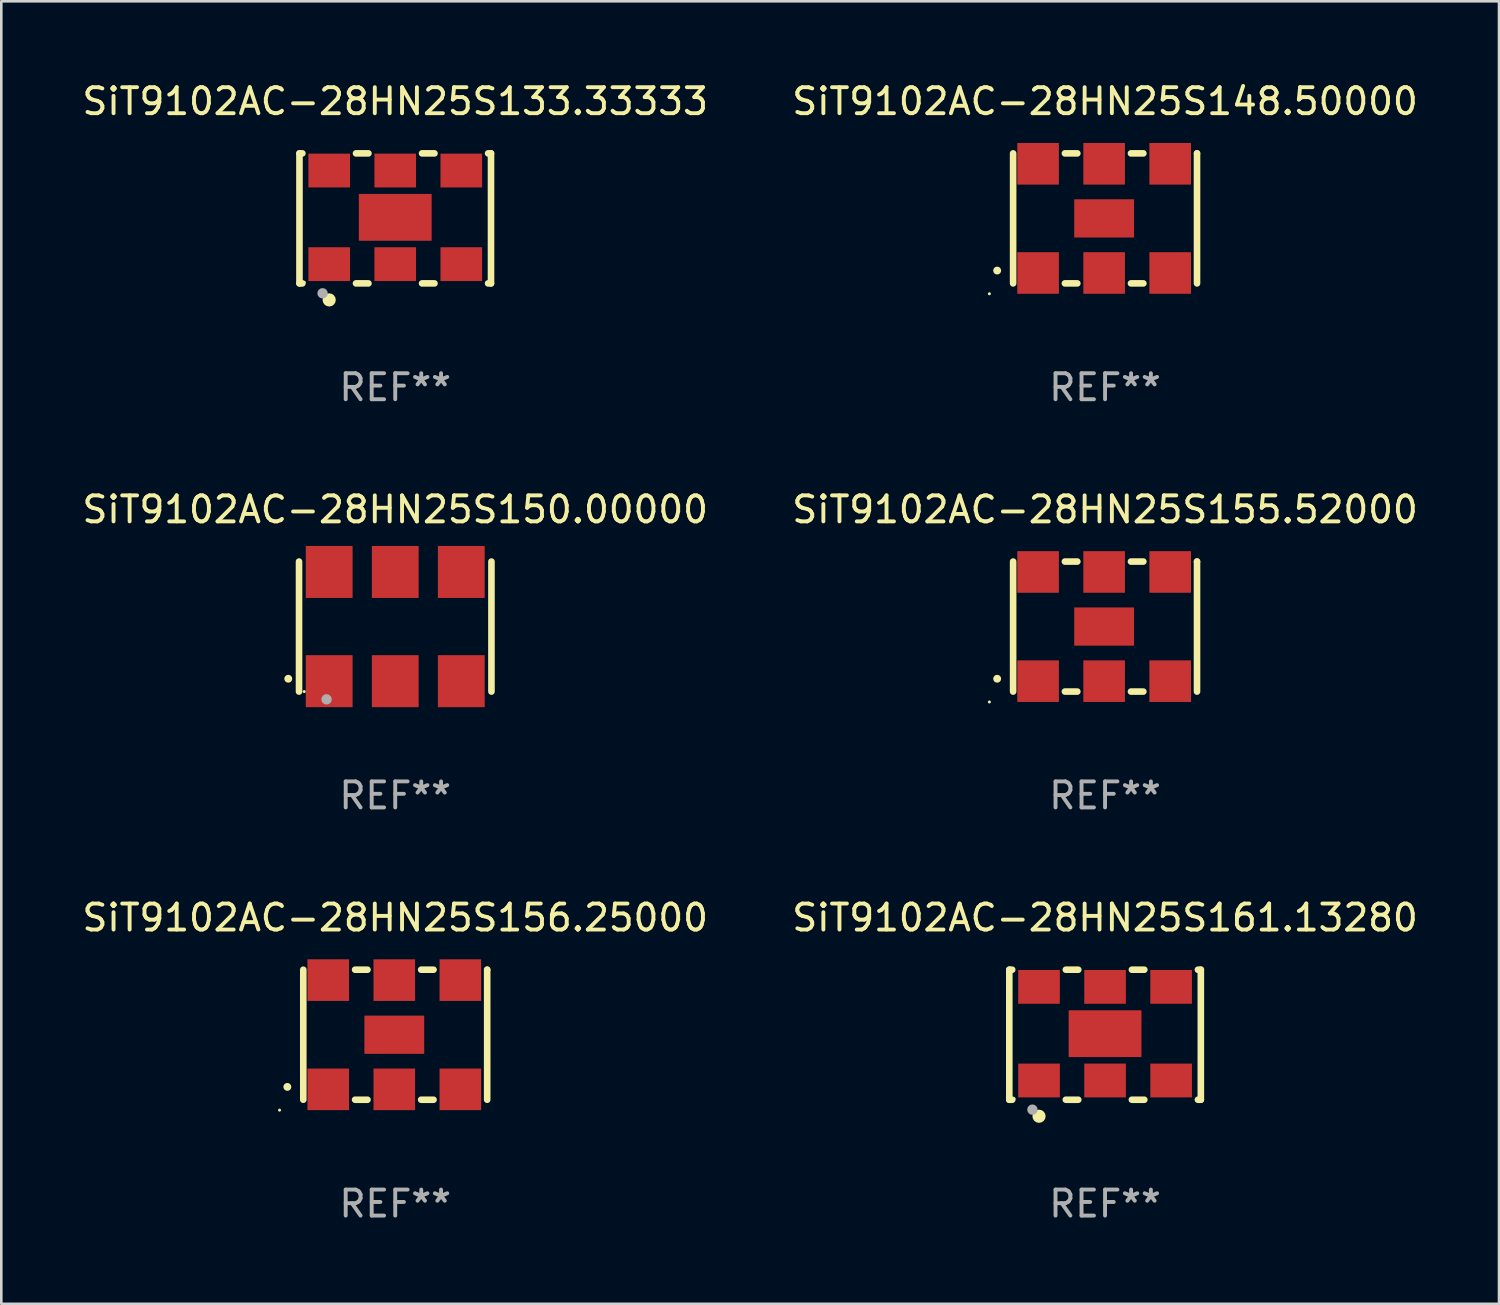
<source format=kicad_pcb>
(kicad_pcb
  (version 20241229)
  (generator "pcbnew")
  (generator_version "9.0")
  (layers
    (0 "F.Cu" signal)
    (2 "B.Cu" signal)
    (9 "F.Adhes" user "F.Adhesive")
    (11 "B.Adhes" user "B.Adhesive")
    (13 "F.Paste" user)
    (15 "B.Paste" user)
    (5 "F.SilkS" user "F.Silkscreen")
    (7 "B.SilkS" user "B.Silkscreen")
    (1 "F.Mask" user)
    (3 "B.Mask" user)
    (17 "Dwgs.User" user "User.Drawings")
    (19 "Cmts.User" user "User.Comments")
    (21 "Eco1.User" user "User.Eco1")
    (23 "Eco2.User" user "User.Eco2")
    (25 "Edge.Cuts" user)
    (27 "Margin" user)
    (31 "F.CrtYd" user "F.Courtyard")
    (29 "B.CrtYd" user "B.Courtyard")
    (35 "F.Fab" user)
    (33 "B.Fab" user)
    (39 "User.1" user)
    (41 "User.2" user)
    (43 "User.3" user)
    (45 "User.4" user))
  (footprint "SiT9102AC-28HN25S156.25000"
    (layer "F.Cu")
    (at 12.149 36.741)
    (property "Reference" "SiT9102AC-28HN25S156.25000" (at 0 -4.5 0) (layer "F.SilkS") (effects (font (size 1 1) (thickness 0.15))))
    (attr through_hole)
    (fp_line (start -3.536 -2.5) (end -3.536 2.5) (stroke (width 0.254) (type solid)) (layer "F.SilkS"))
    (fp_line (start -1.544 2.5) (end -1.067 2.5) (stroke (width 0.254) (type solid)) (layer "F.SilkS"))
    (fp_line (start -1.067 -2.5) (end -1.544 -2.5) (stroke (width 0.254) (type solid)) (layer "F.SilkS"))
    (fp_line (start 0.996 2.5) (end 1.473 2.5) (stroke (width 0.254) (type solid)) (layer "F.SilkS"))
    (fp_line (start 1.473 -2.5) (end 0.996 -2.5) (stroke (width 0.254) (type solid)) (layer "F.SilkS"))
    (fp_line (start 3.536 -2.5) (end 3.536 -2.5) (stroke (width 0.254) (type solid)) (layer "F.SilkS"))
    (fp_line (start 3.536 2.5) (end 3.536 -2.5) (stroke (width 0.254) (type solid)) (layer "F.SilkS"))
    (fp_arc (start -4.150432 2.006604) (mid -4.149162 2.006599) (end -4.147892 2.006604) (stroke (width 0.3) (type solid)) (layer "F.SilkS"))
    (fp_circle (center -4.449 2.9) (end -4.419 2.9) (stroke (width 0.06) (type solid)) (fill no) (layer "F.SilkS"))
    (fp_text user "REF**" (at 0 6.5 0) (layer "F.Fab") (effects (font (size 1 1) (thickness 0.15))))
    (pad "1" smd rect (at -2.576 2.1) (size 1.6 1.6) (layers "F.Cu" "F.Mask" "F.Paste"))
    (pad "2" smd rect (at -0.036 2.1) (size 1.6 1.6) (layers "F.Cu" "F.Mask" "F.Paste"))
    (pad "3" smd rect (at 2.504 2.1) (size 1.6 1.6) (layers "F.Cu" "F.Mask" "F.Paste"))
    (pad "4" smd rect (at 2.504 -2.1) (size 1.6 1.6) (layers "F.Cu" "F.Mask" "F.Paste"))
    (pad "5" smd rect (at -0.036 -2.1) (size 1.6 1.6) (layers "F.Cu" "F.Mask" "F.Paste"))
    (pad "6" smd rect (at -2.576 -2.1) (size 1.6 1.6) (layers "F.Cu" "F.Mask" "F.Paste"))
    (pad "7" smd rect (at -0.036 0) (size 2.3 1.47) (layers "F.Cu" "F.Mask" "F.Paste")))
  (footprint "SiT9102AC-28HN25S161.13280"
    (layer "F.Cu")
    (at 39.446 36.741)
    (property "Reference" "SiT9102AC-28HN25S161.13280" (at 0 -4.5 0) (layer "F.SilkS") (effects (font (size 1 1) (thickness 0.15))))
    (attr through_hole)
    (fp_line (start -3.683 -2.5) (end -3.571 -2.5) (stroke (width 0.254) (type solid)) (layer "F.SilkS"))
    (fp_line (start -3.683 2.5) (end -3.683 -2.5) (stroke (width 0.254) (type solid)) (layer "F.SilkS"))
    (fp_line (start -3.683 2.5) (end -3.571 2.5) (stroke (width 0.254) (type solid)) (layer "F.SilkS"))
    (fp_line (start -1.509 -2.5) (end -1.031 -2.5) (stroke (width 0.254) (type solid)) (layer "F.SilkS"))
    (fp_line (start -1.509 2.5) (end -1.031 2.5) (stroke (width 0.254) (type solid)) (layer "F.SilkS"))
    (fp_line (start 1.031 -2.5) (end 1.509 -2.5) (stroke (width 0.254) (type solid)) (layer "F.SilkS"))
    (fp_line (start 1.031 2.5) (end 1.509 2.5) (stroke (width 0.254) (type solid)) (layer "F.SilkS"))
    (fp_line (start 3.571 -2.5) (end 3.683 -2.5) (stroke (width 0.254) (type solid)) (layer "F.SilkS"))
    (fp_line (start 3.571 2.5) (end 3.683 2.5) (stroke (width 0.254) (type solid)) (layer "F.SilkS"))
    (fp_line (start 3.683 2.5) (end 3.683 -2.5) (stroke (width 0.254) (type solid)) (layer "F.SilkS"))
    (fp_circle (center -3.5 2.46) (end -3.47 2.46) (stroke (width 0.06) (type solid)) (fill no) (layer "F.SilkS"))
    (fp_circle (center -2.54 3.135) (end -2.413 3.135) (stroke (width 0.254) (type solid)) (fill no) (layer "F.SilkS"))
    (fp_circle (center -2.794 2.881) (end -2.694 2.881) (stroke (width 0.2) (type solid)) (fill no) (layer "F.Fab"))
    (fp_text user "REF**" (at 0 6.5 0) (layer "F.Fab") (effects (font (size 1 1) (thickness 0.15))))
    (pad "1" smd rect (at -2.54 1.76) (size 1.6 1.3) (layers "F.Cu" "F.Mask" "F.Paste"))
    (pad "2" smd rect (at 0 1.76) (size 1.6 1.3) (layers "F.Cu" "F.Mask" "F.Paste"))
    (pad "3" smd rect (at 2.54 1.76) (size 1.6 1.3) (layers "F.Cu" "F.Mask" "F.Paste"))
    (pad "4" smd rect (at 2.54 -1.84) (size 1.6 1.3) (layers "F.Cu" "F.Mask" "F.Paste"))
    (pad "5" smd rect (at 0 -1.84) (size 1.6 1.3) (layers "F.Cu" "F.Mask" "F.Paste"))
    (pad "6" smd rect (at -2.54 -1.84) (size 1.6 1.3) (layers "F.Cu" "F.Mask" "F.Paste"))
    (pad "7" smd rect (at 0 -0.04) (size 2.8 1.8) (layers "F.Cu" "F.Mask" "F.Paste")))
  (footprint "SiT9102AC-28HN25S155.52000"
    (layer "F.Cu")
    (at 39.446 21.045)
    (property "Reference" "SiT9102AC-28HN25S155.52000" (at 0 -4.5 0) (layer "F.SilkS") (effects (font (size 1 1) (thickness 0.15))))
    (attr through_hole)
    (fp_line (start -3.536 -2.5) (end -3.536 2.5) (stroke (width 0.254) (type solid)) (layer "F.SilkS"))
    (fp_line (start -1.544 2.5) (end -1.067 2.5) (stroke (width 0.254) (type solid)) (layer "F.SilkS"))
    (fp_line (start -1.067 -2.5) (end -1.544 -2.5) (stroke (width 0.254) (type solid)) (layer "F.SilkS"))
    (fp_line (start 0.996 2.5) (end 1.473 2.5) (stroke (width 0.254) (type solid)) (layer "F.SilkS"))
    (fp_line (start 1.473 -2.5) (end 0.996 -2.5) (stroke (width 0.254) (type solid)) (layer "F.SilkS"))
    (fp_line (start 3.536 -2.5) (end 3.536 -2.5) (stroke (width 0.254) (type solid)) (layer "F.SilkS"))
    (fp_line (start 3.536 2.5) (end 3.536 -2.5) (stroke (width 0.254) (type solid)) (layer "F.SilkS"))
    (fp_arc (start -4.150432 2.006604) (mid -4.149162 2.006599) (end -4.147892 2.006604) (stroke (width 0.3) (type solid)) (layer "F.SilkS"))
    (fp_circle (center -4.449 2.9) (end -4.419 2.9) (stroke (width 0.06) (type solid)) (fill no) (layer "F.SilkS"))
    (fp_text user "REF**" (at 0 6.5 0) (layer "F.Fab") (effects (font (size 1 1) (thickness 0.15))))
    (pad "1" smd rect (at -2.576 2.1) (size 1.6 1.6) (layers "F.Cu" "F.Mask" "F.Paste"))
    (pad "2" smd rect (at -0.036 2.1) (size 1.6 1.6) (layers "F.Cu" "F.Mask" "F.Paste"))
    (pad "3" smd rect (at 2.504 2.1) (size 1.6 1.6) (layers "F.Cu" "F.Mask" "F.Paste"))
    (pad "4" smd rect (at 2.504 -2.1) (size 1.6 1.6) (layers "F.Cu" "F.Mask" "F.Paste"))
    (pad "5" smd rect (at -0.036 -2.1) (size 1.6 1.6) (layers "F.Cu" "F.Mask" "F.Paste"))
    (pad "6" smd rect (at -2.576 -2.1) (size 1.6 1.6) (layers "F.Cu" "F.Mask" "F.Paste"))
    (pad "7" smd rect (at -0.036 0) (size 2.3 1.47) (layers "F.Cu" "F.Mask" "F.Paste")))
  (footprint "SiT9102AC-28HN25S133.33333"
    (layer "F.Cu")
    (at 12.149 5.348)
    (property "Reference" "SiT9102AC-28HN25S133.33333" (at 0 -4.5 0) (layer "F.SilkS") (effects (font (size 1 1) (thickness 0.15))))
    (attr through_hole)
    (fp_line (start -3.683 -2.5) (end -3.571 -2.5) (stroke (width 0.254) (type solid)) (layer "F.SilkS"))
    (fp_line (start -3.683 2.5) (end -3.683 -2.5) (stroke (width 0.254) (type solid)) (layer "F.SilkS"))
    (fp_line (start -3.683 2.5) (end -3.571 2.5) (stroke (width 0.254) (type solid)) (layer "F.SilkS"))
    (fp_line (start -1.509 -2.5) (end -1.031 -2.5) (stroke (width 0.254) (type solid)) (layer "F.SilkS"))
    (fp_line (start -1.509 2.5) (end -1.031 2.5) (stroke (width 0.254) (type solid)) (layer "F.SilkS"))
    (fp_line (start 1.031 -2.5) (end 1.509 -2.5) (stroke (width 0.254) (type solid)) (layer "F.SilkS"))
    (fp_line (start 1.031 2.5) (end 1.509 2.5) (stroke (width 0.254) (type solid)) (layer "F.SilkS"))
    (fp_line (start 3.571 -2.5) (end 3.683 -2.5) (stroke (width 0.254) (type solid)) (layer "F.SilkS"))
    (fp_line (start 3.571 2.5) (end 3.683 2.5) (stroke (width 0.254) (type solid)) (layer "F.SilkS"))
    (fp_line (start 3.683 2.5) (end 3.683 -2.5) (stroke (width 0.254) (type solid)) (layer "F.SilkS"))
    (fp_circle (center -3.5 2.46) (end -3.47 2.46) (stroke (width 0.06) (type solid)) (fill no) (layer "F.SilkS"))
    (fp_circle (center -2.54 3.135) (end -2.413 3.135) (stroke (width 0.254) (type solid)) (fill no) (layer "F.SilkS"))
    (fp_circle (center -2.794 2.881) (end -2.694 2.881) (stroke (width 0.2) (type solid)) (fill no) (layer "F.Fab"))
    (fp_text user "REF**" (at 0 6.5 0) (layer "F.Fab") (effects (font (size 1 1) (thickness 0.15))))
    (pad "1" smd rect (at -2.54 1.76) (size 1.6 1.3) (layers "F.Cu" "F.Mask" "F.Paste"))
    (pad "2" smd rect (at 0 1.76) (size 1.6 1.3) (layers "F.Cu" "F.Mask" "F.Paste"))
    (pad "3" smd rect (at 2.54 1.76) (size 1.6 1.3) (layers "F.Cu" "F.Mask" "F.Paste"))
    (pad "4" smd rect (at 2.54 -1.84) (size 1.6 1.3) (layers "F.Cu" "F.Mask" "F.Paste"))
    (pad "5" smd rect (at 0 -1.84) (size 1.6 1.3) (layers "F.Cu" "F.Mask" "F.Paste"))
    (pad "6" smd rect (at -2.54 -1.84) (size 1.6 1.3) (layers "F.Cu" "F.Mask" "F.Paste"))
    (pad "7" smd rect (at 0 -0.04) (size 2.8 1.8) (layers "F.Cu" "F.Mask" "F.Paste")))
  (footprint "SiT9102AC-28HN25S148.50000"
    (layer "F.Cu")
    (at 39.446 5.348)
    (property "Reference" "SiT9102AC-28HN25S148.50000" (at 0 -4.5 0) (layer "F.SilkS") (effects (font (size 1 1) (thickness 0.15))))
    (attr through_hole)
    (fp_line (start -3.536 -2.5) (end -3.536 2.5) (stroke (width 0.254) (type solid)) (layer "F.SilkS"))
    (fp_line (start -1.544 2.5) (end -1.067 2.5) (stroke (width 0.254) (type solid)) (layer "F.SilkS"))
    (fp_line (start -1.067 -2.5) (end -1.544 -2.5) (stroke (width 0.254) (type solid)) (layer "F.SilkS"))
    (fp_line (start 0.996 2.5) (end 1.473 2.5) (stroke (width 0.254) (type solid)) (layer "F.SilkS"))
    (fp_line (start 1.473 -2.5) (end 0.996 -2.5) (stroke (width 0.254) (type solid)) (layer "F.SilkS"))
    (fp_line (start 3.536 -2.5) (end 3.536 -2.5) (stroke (width 0.254) (type solid)) (layer "F.SilkS"))
    (fp_line (start 3.536 2.5) (end 3.536 -2.5) (stroke (width 0.254) (type solid)) (layer "F.SilkS"))
    (fp_arc (start -4.150432 2.006604) (mid -4.149162 2.006599) (end -4.147892 2.006604) (stroke (width 0.3) (type solid)) (layer "F.SilkS"))
    (fp_circle (center -4.449 2.9) (end -4.419 2.9) (stroke (width 0.06) (type solid)) (fill no) (layer "F.SilkS"))
    (fp_text user "REF**" (at 0 6.5 0) (layer "F.Fab") (effects (font (size 1 1) (thickness 0.15))))
    (pad "1" smd rect (at -2.576 2.1) (size 1.6 1.6) (layers "F.Cu" "F.Mask" "F.Paste"))
    (pad "2" smd rect (at -0.036 2.1) (size 1.6 1.6) (layers "F.Cu" "F.Mask" "F.Paste"))
    (pad "3" smd rect (at 2.504 2.1) (size 1.6 1.6) (layers "F.Cu" "F.Mask" "F.Paste"))
    (pad "4" smd rect (at 2.504 -2.1) (size 1.6 1.6) (layers "F.Cu" "F.Mask" "F.Paste"))
    (pad "5" smd rect (at -0.036 -2.1) (size 1.6 1.6) (layers "F.Cu" "F.Mask" "F.Paste"))
    (pad "6" smd rect (at -2.576 -2.1) (size 1.6 1.6) (layers "F.Cu" "F.Mask" "F.Paste"))
    (pad "7" smd rect (at -0.036 0) (size 2.3 1.47) (layers "F.Cu" "F.Mask" "F.Paste")))
  (footprint "SiT9102AC-28HN25S150.00000"
    (layer "F.Cu")
    (at 12.149 21.045)
    (property "Reference" "SiT9102AC-28HN25S150.00000" (at 0 -4.5 0) (layer "F.SilkS") (effects (font (size 1 1) (thickness 0.15))))
    (attr through_hole)
    (fp_line (start -3.7 -2.5) (end -3.7 2.5) (stroke (width 0.254) (type solid)) (layer "F.SilkS"))
    (fp_line (start 3.7 -2.5) (end 3.7 2.5) (stroke (width 0.254) (type solid)) (layer "F.SilkS"))
    (fp_arc (start -4.114415 2.006604) (mid -4.113145 2.006599) (end -4.111875 2.006604) (stroke (width 0.3) (type solid)) (layer "F.SilkS"))
    (fp_circle (center -3.5 2.501) (end -3.47 2.501) (stroke (width 0.06) (type solid)) (fill no) (layer "F.SilkS"))
    (fp_circle (center -2.641 2.799) (end -2.541 2.799) (stroke (width 0.2) (type solid)) (fill no) (layer "F.Fab"))
    (fp_text user "REF**" (at 0 6.5 0) (layer "F.Fab") (effects (font (size 1 1) (thickness 0.15))))
    (pad "1" smd rect (at -2.54 2.1) (size 1.8 2) (layers "F.Cu" "F.Mask" "F.Paste"))
    (pad "2" smd rect (at 0.000394 2.1) (size 1.8 2) (layers "F.Cu" "F.Mask" "F.Paste"))
    (pad "3" smd rect (at 2.54 2.1) (size 1.8 2) (layers "F.Cu" "F.Mask" "F.Paste"))
    (pad "4" smd rect (at 2.54 -2.1) (size 1.8 2) (layers "F.Cu" "F.Mask" "F.Paste"))
    (pad "5" smd rect (at 0.000394 -2.1) (size 1.8 2) (layers "F.Cu" "F.Mask" "F.Paste"))
    (pad "6" smd rect (at -2.54 -2.1) (size 1.8 2) (layers "F.Cu" "F.Mask" "F.Paste")))
  (gr_rect
    (start -3 -3)
    (end 54.595 47.09)
    (stroke (width 0.1) (type default))
    (fill no)
    (layer "Edge.Cuts")))
</source>
